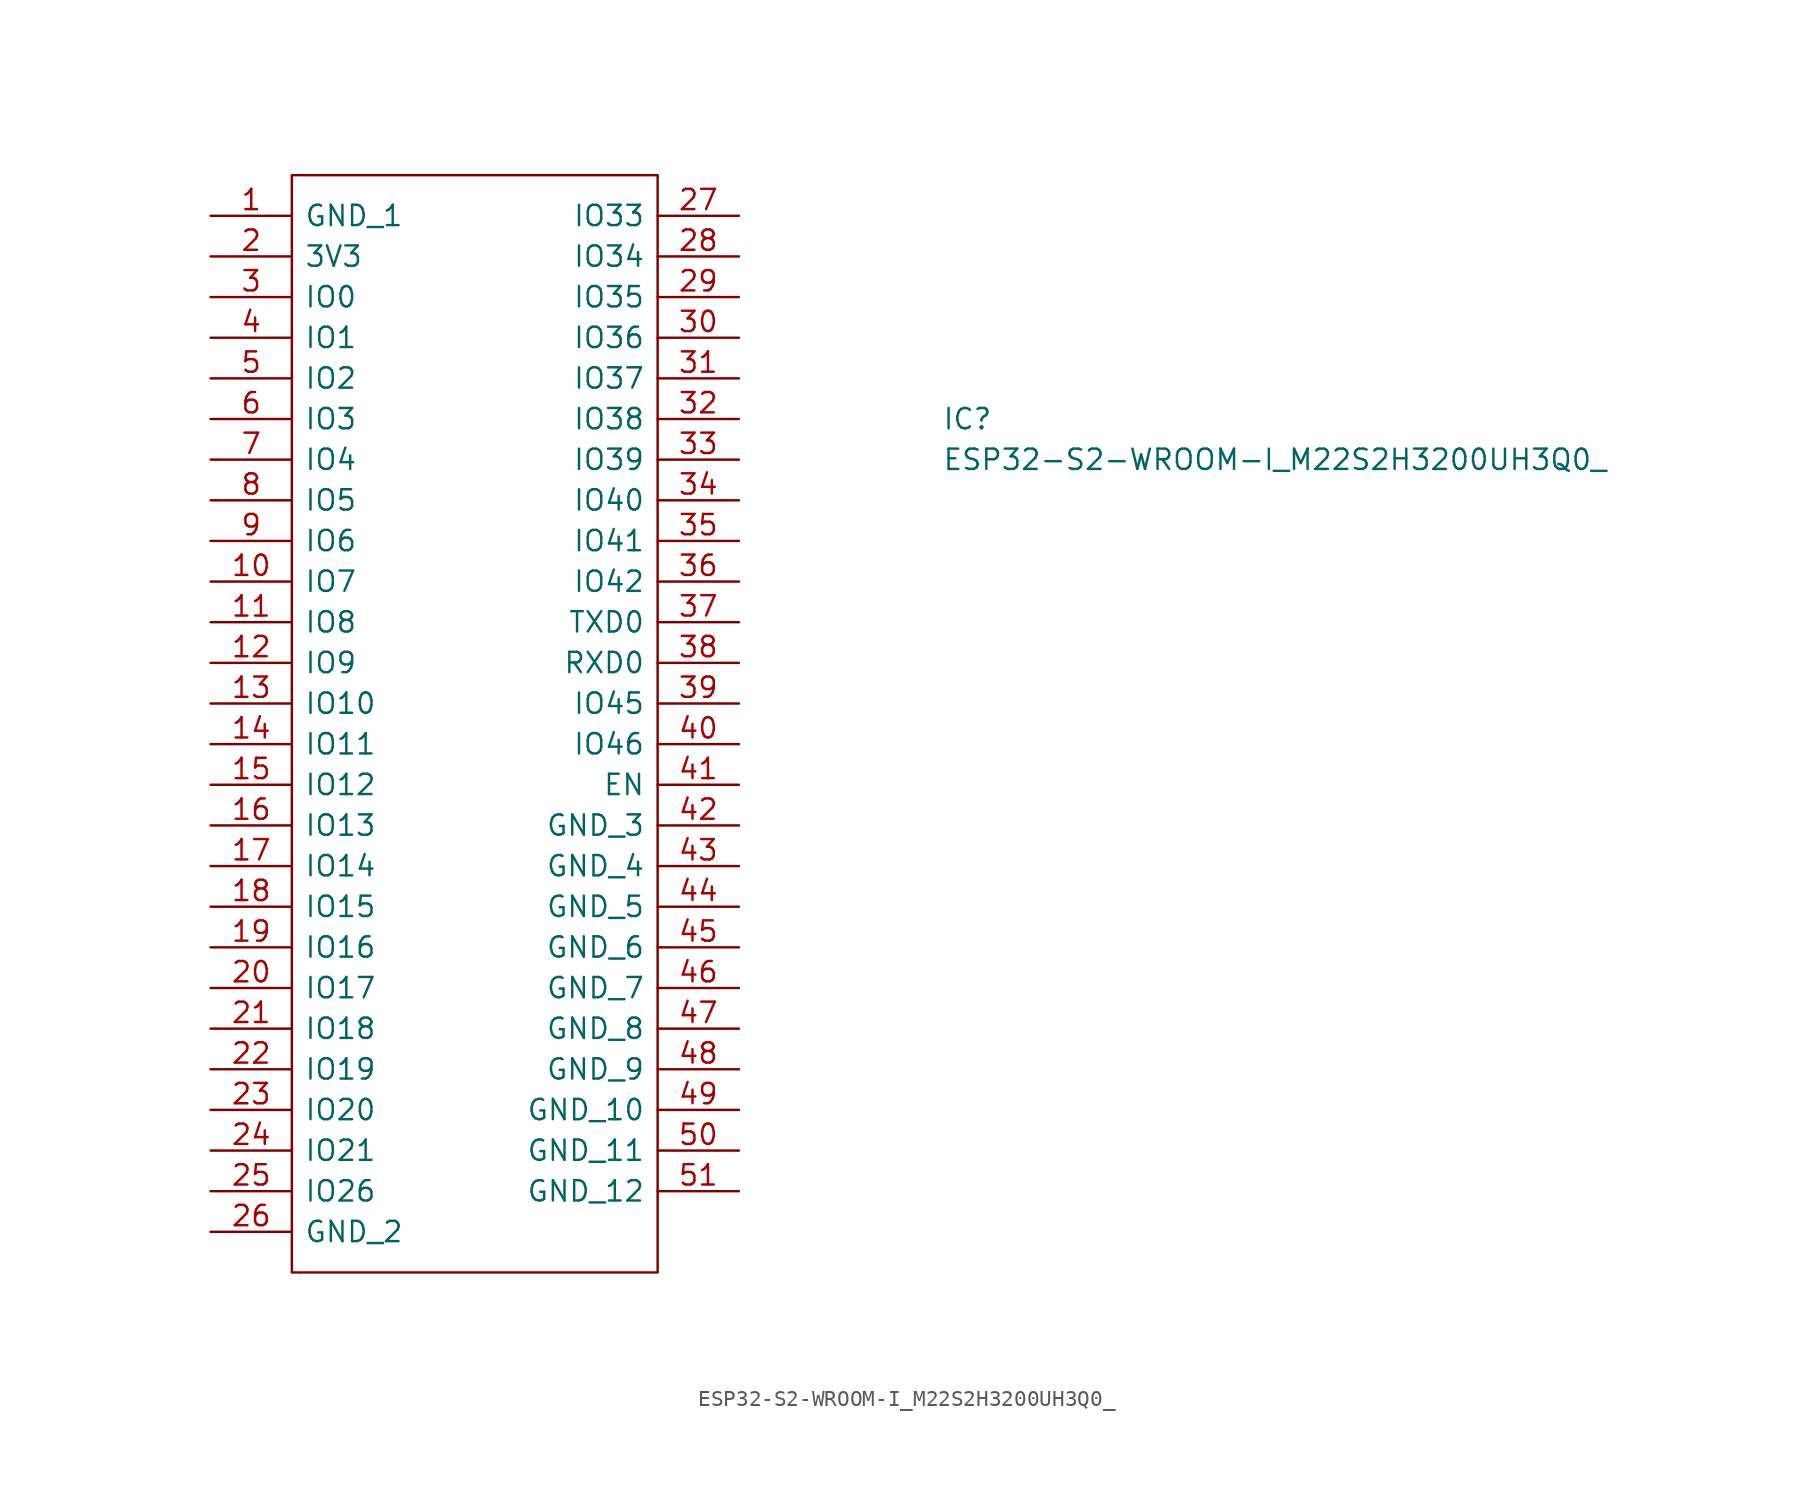
<source format=kicad_sym>
(kicad_symbol_lib
  (version 20211014)
  (generator kicad_symbol_editor)
  (symbol "ESP32-S2-WROOM-I_M22S2H3200UH3Q0_"
    (pin_names
      (offset 0.762))
    (property "Reference" "IC"
      (at 45.72 -12.7 0)
      (effects (font (size 1.27 1.27)) (justify left)))
    (property "Value" "ESP32-S2-WROOM-I_M22S2H3200UH3Q0_"
      (at 45.72 -15.24 0)
      (effects (font (size 1.27 1.27)) (justify left)))
    (symbol "ESP32-S2-WROOM-I_M22S2H3200UH3Q0__0_0"
      (pin passive line (at 0 0 0) (length 5.08) (name "GND_1" (effects (font (size 1.27 1.27)))) (number "1" (effects (font (size 1.27 1.27)))))
      (pin passive line (at 0 -22.86 0) (length 5.08) (name "IO7" (effects (font (size 1.27 1.27)))) (number "10" (effects (font (size 1.27 1.27)))))
      (pin passive line (at 0 -25.4 0) (length 5.08) (name "IO8" (effects (font (size 1.27 1.27)))) (number "11" (effects (font (size 1.27 1.27)))))
      (pin passive line (at 0 -27.94 0) (length 5.08) (name "IO9" (effects (font (size 1.27 1.27)))) (number "12" (effects (font (size 1.27 1.27)))))
      (pin passive line (at 0 -30.48 0) (length 5.08) (name "IO10" (effects (font (size 1.27 1.27)))) (number "13" (effects (font (size 1.27 1.27)))))
      (pin passive line (at 0 -33.02 0) (length 5.08) (name "IO11" (effects (font (size 1.27 1.27)))) (number "14" (effects (font (size 1.27 1.27)))))
      (pin passive line (at 0 -35.56 0) (length 5.08) (name "IO12" (effects (font (size 1.27 1.27)))) (number "15" (effects (font (size 1.27 1.27)))))
      (pin passive line (at 0 -38.1 0) (length 5.08) (name "IO13" (effects (font (size 1.27 1.27)))) (number "16" (effects (font (size 1.27 1.27)))))
      (pin passive line (at 0 -40.64 0) (length 5.08) (name "IO14" (effects (font (size 1.27 1.27)))) (number "17" (effects (font (size 1.27 1.27)))))
      (pin passive line (at 0 -43.18 0) (length 5.08) (name "IO15" (effects (font (size 1.27 1.27)))) (number "18" (effects (font (size 1.27 1.27)))))
      (pin passive line (at 0 -45.72 0) (length 5.08) (name "IO16" (effects (font (size 1.27 1.27)))) (number "19" (effects (font (size 1.27 1.27)))))
      (pin passive line (at 0 -2.54 0) (length 5.08) (name "3V3" (effects (font (size 1.27 1.27)))) (number "2" (effects (font (size 1.27 1.27)))))
      (pin passive line (at 0 -48.26 0) (length 5.08) (name "IO17" (effects (font (size 1.27 1.27)))) (number "20" (effects (font (size 1.27 1.27)))))
      (pin passive line (at 0 -50.8 0) (length 5.08) (name "IO18" (effects (font (size 1.27 1.27)))) (number "21" (effects (font (size 1.27 1.27)))))
      (pin passive line (at 0 -53.34 0) (length 5.08) (name "IO19" (effects (font (size 1.27 1.27)))) (number "22" (effects (font (size 1.27 1.27)))))
      (pin passive line (at 0 -55.88 0) (length 5.08) (name "IO20" (effects (font (size 1.27 1.27)))) (number "23" (effects (font (size 1.27 1.27)))))
      (pin passive line (at 0 -58.42 0) (length 5.08) (name "IO21" (effects (font (size 1.27 1.27)))) (number "24" (effects (font (size 1.27 1.27)))))
      (pin passive line (at 0 -60.96 0) (length 5.08) (name "IO26" (effects (font (size 1.27 1.27)))) (number "25" (effects (font (size 1.27 1.27)))))
      (pin passive line (at 0 -63.5 0) (length 5.08) (name "GND_2" (effects (font (size 1.27 1.27)))) (number "26" (effects (font (size 1.27 1.27)))))
      (pin passive line (at 33.02 0 180) (length 5.08) (name "IO33" (effects (font (size 1.27 1.27)))) (number "27" (effects (font (size 1.27 1.27)))))
      (pin passive line (at 33.02 -2.54 180) (length 5.08) (name "IO34" (effects (font (size 1.27 1.27)))) (number "28" (effects (font (size 1.27 1.27)))))
      (pin passive line (at 33.02 -5.08 180) (length 5.08) (name "IO35" (effects (font (size 1.27 1.27)))) (number "29" (effects (font (size 1.27 1.27)))))
      (pin passive line (at 0 -5.08 0) (length 5.08) (name "IO0" (effects (font (size 1.27 1.27)))) (number "3" (effects (font (size 1.27 1.27)))))
      (pin passive line (at 33.02 -7.62 180) (length 5.08) (name "IO36" (effects (font (size 1.27 1.27)))) (number "30" (effects (font (size 1.27 1.27)))))
      (pin passive line (at 33.02 -10.16 180) (length 5.08) (name "IO37" (effects (font (size 1.27 1.27)))) (number "31" (effects (font (size 1.27 1.27)))))
      (pin passive line (at 33.02 -12.7 180) (length 5.08) (name "IO38" (effects (font (size 1.27 1.27)))) (number "32" (effects (font (size 1.27 1.27)))))
      (pin passive line (at 33.02 -15.24 180) (length 5.08) (name "IO39" (effects (font (size 1.27 1.27)))) (number "33" (effects (font (size 1.27 1.27)))))
      (pin passive line (at 33.02 -17.78 180) (length 5.08) (name "IO40" (effects (font (size 1.27 1.27)))) (number "34" (effects (font (size 1.27 1.27)))))
      (pin passive line (at 33.02 -20.32 180) (length 5.08) (name "IO41" (effects (font (size 1.27 1.27)))) (number "35" (effects (font (size 1.27 1.27)))))
      (pin passive line (at 33.02 -22.86 180) (length 5.08) (name "IO42" (effects (font (size 1.27 1.27)))) (number "36" (effects (font (size 1.27 1.27)))))
      (pin passive line (at 33.02 -25.4 180) (length 5.08) (name "TXD0" (effects (font (size 1.27 1.27)))) (number "37" (effects (font (size 1.27 1.27)))))
      (pin passive line (at 33.02 -27.94 180) (length 5.08) (name "RXD0" (effects (font (size 1.27 1.27)))) (number "38" (effects (font (size 1.27 1.27)))))
      (pin passive line (at 33.02 -30.48 180) (length 5.08) (name "IO45" (effects (font (size 1.27 1.27)))) (number "39" (effects (font (size 1.27 1.27)))))
      (pin passive line (at 0 -7.62 0) (length 5.08) (name "IO1" (effects (font (size 1.27 1.27)))) (number "4" (effects (font (size 1.27 1.27)))))
      (pin passive line (at 33.02 -33.02 180) (length 5.08) (name "IO46" (effects (font (size 1.27 1.27)))) (number "40" (effects (font (size 1.27 1.27)))))
      (pin passive line (at 33.02 -35.56 180) (length 5.08) (name "EN" (effects (font (size 1.27 1.27)))) (number "41" (effects (font (size 1.27 1.27)))))
      (pin passive line (at 33.02 -38.1 180) (length 5.08) (name "GND_3" (effects (font (size 1.27 1.27)))) (number "42" (effects (font (size 1.27 1.27)))))
      (pin passive line (at 33.02 -40.64 180) (length 5.08) (name "GND_4" (effects (font (size 1.27 1.27)))) (number "43" (effects (font (size 1.27 1.27)))))
      (pin passive line (at 33.02 -43.18 180) (length 5.08) (name "GND_5" (effects (font (size 1.27 1.27)))) (number "44" (effects (font (size 1.27 1.27)))))
      (pin passive line (at 33.02 -45.72 180) (length 5.08) (name "GND_6" (effects (font (size 1.27 1.27)))) (number "45" (effects (font (size 1.27 1.27)))))
      (pin passive line (at 33.02 -48.26 180) (length 5.08) (name "GND_7" (effects (font (size 1.27 1.27)))) (number "46" (effects (font (size 1.27 1.27)))))
      (pin passive line (at 33.02 -50.8 180) (length 5.08) (name "GND_8" (effects (font (size 1.27 1.27)))) (number "47" (effects (font (size 1.27 1.27)))))
      (pin passive line (at 33.02 -53.34 180) (length 5.08) (name "GND_9" (effects (font (size 1.27 1.27)))) (number "48" (effects (font (size 1.27 1.27)))))
      (pin passive line (at 33.02 -55.88 180) (length 5.08) (name "GND_10" (effects (font (size 1.27 1.27)))) (number "49" (effects (font (size 1.27 1.27)))))
      (pin passive line (at 0 -10.16 0) (length 5.08) (name "IO2" (effects (font (size 1.27 1.27)))) (number "5" (effects (font (size 1.27 1.27)))))
      (pin passive line (at 33.02 -58.42 180) (length 5.08) (name "GND_11" (effects (font (size 1.27 1.27)))) (number "50" (effects (font (size 1.27 1.27)))))
      (pin passive line (at 33.02 -60.96 180) (length 5.08) (name "GND_12" (effects (font (size 1.27 1.27)))) (number "51" (effects (font (size 1.27 1.27)))))
      (pin passive line (at 0 -12.7 0) (length 5.08) (name "IO3" (effects (font (size 1.27 1.27)))) (number "6" (effects (font (size 1.27 1.27)))))
      (pin passive line (at 0 -15.24 0) (length 5.08) (name "IO4" (effects (font (size 1.27 1.27)))) (number "7" (effects (font (size 1.27 1.27)))))
      (pin passive line (at 0 -17.78 0) (length 5.08) (name "IO5" (effects (font (size 1.27 1.27)))) (number "8" (effects (font (size 1.27 1.27)))))
      (pin passive line (at 0 -20.32 0) (length 5.08) (name "IO6" (effects (font (size 1.27 1.27)))) (number "9" (effects (font (size 1.27 1.27))))))
    (symbol "ESP32-S2-WROOM-I_M22S2H3200UH3Q0__0_1"
      (polyline (pts (xy 5.08 2.54) (xy 27.94 2.54) (xy 27.94 -66.04) (xy 5.08 -66.04) (xy 5.08 2.54)) (stroke (width 0.152) (type default) (color 0 0 0 0)) (fill (type none))))))
</source>
